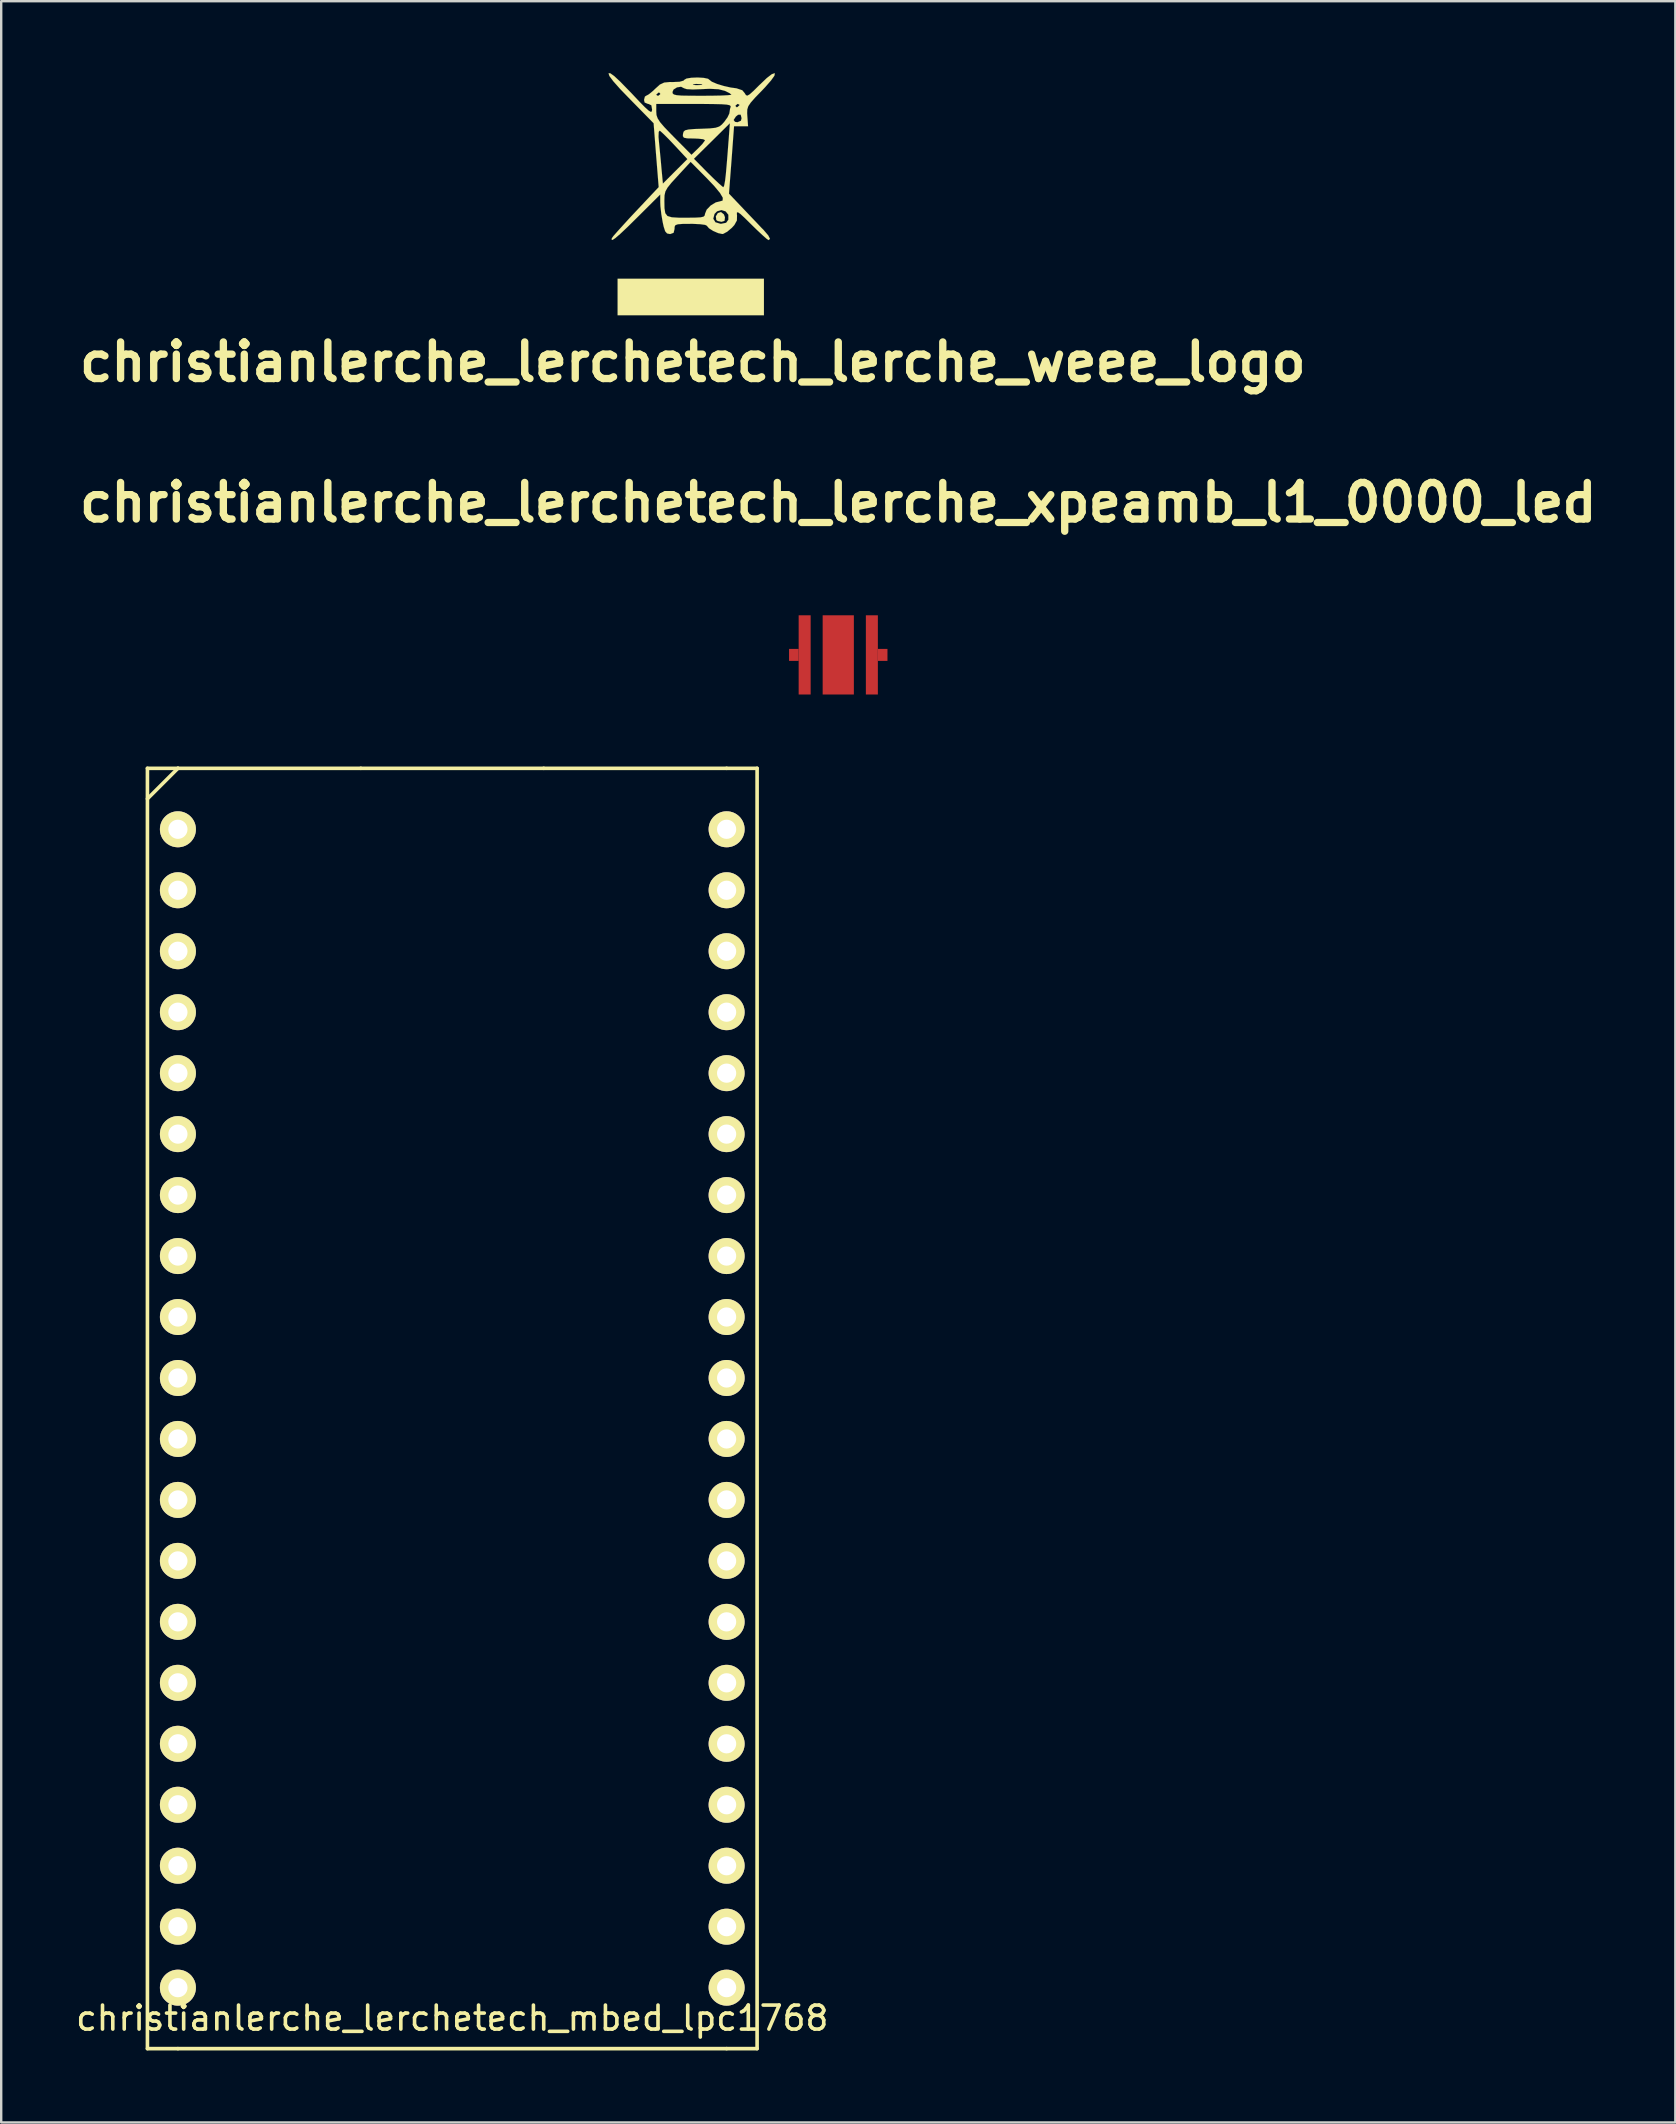
<source format=kicad_pcb>
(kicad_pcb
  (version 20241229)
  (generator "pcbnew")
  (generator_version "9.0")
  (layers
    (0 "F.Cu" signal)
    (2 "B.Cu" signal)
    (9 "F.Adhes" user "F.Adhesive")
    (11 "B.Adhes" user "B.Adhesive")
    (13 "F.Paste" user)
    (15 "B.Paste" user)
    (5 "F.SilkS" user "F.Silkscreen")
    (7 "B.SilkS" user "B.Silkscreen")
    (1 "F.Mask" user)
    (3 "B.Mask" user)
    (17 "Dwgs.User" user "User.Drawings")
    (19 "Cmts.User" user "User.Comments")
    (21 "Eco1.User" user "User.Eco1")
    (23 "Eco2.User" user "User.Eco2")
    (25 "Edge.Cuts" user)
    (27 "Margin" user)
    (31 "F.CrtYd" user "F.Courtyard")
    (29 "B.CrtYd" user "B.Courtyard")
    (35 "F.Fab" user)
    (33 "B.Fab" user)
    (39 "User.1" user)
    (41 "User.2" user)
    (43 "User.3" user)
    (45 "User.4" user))
  (footprint "christianlerche_lerchetech_lerche_weee_logo"
    (layer "F.Cu")
    (at 25.814 5.005)
    (property "Reference" "christianlerche_lerchetech_lerche_weee_logo" (at 0 7.026 0) (layer "F.SilkS") (effects (font (size 1.524 1.524) (thickness 0.305))))
    (attr through_hole)
    (fp_poly (pts (xy 2.962 5.08) (xy -3.134 5.08) (xy -3.134 3.556) (xy 2.962 3.556) (xy 2.962 5.08)) (stroke (width 0.003) (type solid)) (fill yes) (layer "F.SilkS"))
    (fp_poly (pts (xy 1.339 0.996) (xy 1.321 1.146) (xy 1.194 1.186) (xy 1.034 1.151) (xy 0.978 1.11) (xy 0.96 0.958) (xy 1.041 0.823) (xy 1.173 0.78) (xy 1.293 0.876) (xy 1.339 0.996)) (stroke (width 0.003) (type solid)) (fill yes) (layer "F.SilkS"))
    (fp_poly (pts (xy 3.416 -4.999) (xy 3.399 -4.9) (xy 3.259 -4.704) (xy 3.012 -4.422) (xy 2.87 -4.272) (xy 2.591 -3.985) (xy 2.413 -3.782) (xy 2.311 -3.632) (xy 2.268 -3.495) (xy 2.263 -3.338) (xy 2.271 -3.211) (xy 2.301 -2.794) (xy 2.032 -2.794) (xy 2.032 -3.132) (xy 1.994 -3.279) (xy 1.946 -3.279) (xy 1.946 -3.688) (xy 1.88 -3.724) (xy 1.862 -3.724) (xy 1.781 -3.66) (xy 1.778 -3.635) (xy 1.829 -3.584) (xy 1.862 -3.597) (xy 1.943 -3.673) (xy 1.946 -3.688) (xy 1.946 -3.279) (xy 1.885 -3.274) (xy 1.793 -3.2) (xy 1.699 -3.056) (xy 1.758 -2.977) (xy 1.862 -2.962) (xy 2.004 -3.023) (xy 2.032 -3.132) (xy 2.032 -2.794) (xy 2.009 -2.794) (xy 1.717 -2.794) (xy 1.613 -1.389) (xy 1.608 -1.323) (xy 1.608 -4.11) (xy 1.537 -4.171) (xy 1.367 -4.257) (xy 1.331 -4.272) (xy 1.069 -4.338) (xy 0.699 -4.356) (xy 0.399 -4.343) (xy 0.399 -4.536) (xy 0.358 -4.547) (xy 0.137 -4.559) (xy 0.018 -4.544) (xy 0 -4.521) (xy 0.122 -4.508) (xy 0.211 -4.508) (xy 0.373 -4.516) (xy 0.399 -4.536) (xy 0.399 -4.343) (xy 0.368 -4.341) (xy 0.003 -4.328) (xy -0.251 -4.341) (xy -0.368 -4.379) (xy -0.49 -4.442) (xy -0.66 -4.415) (xy -0.803 -4.326) (xy -0.848 -4.224) (xy -0.838 -4.161) (xy -0.787 -4.117) (xy -0.676 -4.089) (xy -0.472 -4.072) (xy -0.155 -4.067) (xy 0.302 -4.064) (xy 0.381 -4.064) (xy 0.813 -4.067) (xy 1.181 -4.074) (xy 1.45 -4.087) (xy 1.593 -4.102) (xy 1.608 -4.11) (xy 1.608 -1.323) (xy 1.577 -0.922) (xy 1.577 -3.637) (xy 1.529 -3.673) (xy 1.41 -3.698) (xy 1.196 -3.713) (xy 0.871 -3.721) (xy 0.409 -3.724) (xy 0.051 -3.724) (xy -1.356 -3.724) (xy -1.356 -4.153) (xy -1.407 -4.204) (xy -1.44 -4.191) (xy -1.521 -4.115) (xy -1.524 -4.102) (xy -1.46 -4.064) (xy -1.44 -4.064) (xy -1.359 -4.128) (xy -1.356 -4.153) (xy -1.356 -3.724) (xy -1.524 -3.724) (xy -1.524 -3.406) (xy -1.514 -3.261) (xy -1.466 -3.124) (xy -1.364 -2.964) (xy -1.186 -2.756) (xy -0.912 -2.471) (xy -0.79 -2.347) (xy -0.056 -1.605) (xy 0.226 -1.877) (xy 0.394 -2.052) (xy 0.493 -2.184) (xy 0.508 -2.217) (xy 0.429 -2.256) (xy 0.231 -2.278) (xy 0.036 -2.286) (xy -0.234 -2.291) (xy -0.371 -2.319) (xy -0.414 -2.383) (xy -0.409 -2.477) (xy -0.384 -2.568) (xy -0.32 -2.626) (xy -0.18 -2.659) (xy 0.066 -2.68) (xy 0.353 -2.69) (xy 0.711 -2.705) (xy 0.945 -2.731) (xy 1.097 -2.781) (xy 1.209 -2.865) (xy 1.306 -2.972) (xy 1.445 -3.165) (xy 1.519 -3.32) (xy 1.524 -3.343) (xy 1.552 -3.523) (xy 1.575 -3.592) (xy 1.577 -3.637) (xy 1.577 -0.922) (xy 1.544 -0.49) (xy 1.544 -2.921) (xy 0.795 -2.179) (xy 0.046 -1.44) (xy 0.632 -0.846) (xy 0.889 -0.594) (xy 1.1 -0.396) (xy 1.237 -0.277) (xy 1.275 -0.254) (xy 1.308 -0.33) (xy 1.346 -0.536) (xy 1.379 -0.826) (xy 1.382 -0.866) (xy 1.417 -1.267) (xy 1.455 -1.737) (xy 1.488 -2.179) (xy 1.491 -2.2) (xy 1.544 -2.921) (xy 1.544 -0.49) (xy 1.506 0.013) (xy 2.083 0.62) (xy 2.367 0.919) (xy 2.644 1.209) (xy 2.865 1.443) (xy 2.939 1.516) (xy 3.142 1.753) (xy 3.216 1.897) (xy 3.155 1.948) (xy 3.073 1.892) (xy 2.901 1.74) (xy 2.662 1.516) (xy 2.449 1.308) (xy 2.167 1.029) (xy 1.984 0.859) (xy 1.88 0.787) (xy 1.836 0.798) (xy 1.836 0.879) (xy 1.841 0.925) (xy 1.836 1.13) (xy 1.73 1.321) (xy 1.623 1.438) (xy 1.481 1.557) (xy 1.481 1.097) (xy 1.481 0.892) (xy 1.369 0.752) (xy 1.25 0.714) (xy 1.25 0.185) (xy 1.133 -0.015) (xy 0.889 -0.31) (xy 0.589 -0.625) (xy -0.091 -1.311) (xy -0.226 -1.166) (xy -0.226 -1.427) (xy -0.762 -2.004) (xy -1.006 -2.261) (xy -1.212 -2.466) (xy -1.349 -2.591) (xy -1.382 -2.614) (xy -1.422 -2.558) (xy -1.43 -2.355) (xy -1.412 -2.149) (xy -1.377 -1.793) (xy -1.336 -1.372) (xy -1.306 -1.029) (xy -1.247 -0.406) (xy -0.737 -0.917) (xy -0.226 -1.427) (xy -0.226 -1.166) (xy -0.638 -0.719) (xy -0.894 -0.439) (xy -1.054 -0.239) (xy -1.143 -0.079) (xy -1.179 0.081) (xy -1.186 0.287) (xy -1.186 0.31) (xy -1.181 0.622) (xy -1.148 0.826) (xy -1.057 0.945) (xy -0.876 0.998) (xy -0.574 1.016) (xy -0.29 1.016) (xy 0.084 1.013) (xy 0.318 1.001) (xy 0.445 0.973) (xy 0.498 0.919) (xy 0.508 0.853) (xy 0.577 0.681) (xy 0.747 0.505) (xy 0.96 0.376) (xy 1.11 0.34) (xy 1.242 0.302) (xy 1.25 0.185) (xy 1.25 0.714) (xy 1.194 0.696) (xy 1.011 0.747) (xy 0.904 0.856) (xy 0.851 1.057) (xy 0.942 1.206) (xy 1.156 1.27) (xy 1.176 1.27) (xy 1.387 1.227) (xy 1.481 1.097) (xy 1.481 1.557) (xy 1.433 1.598) (xy 1.267 1.687) (xy 1.229 1.694) (xy 1.054 1.656) (xy 0.846 1.565) (xy 0.673 1.455) (xy 0.592 1.359) (xy 0.592 1.354) (xy 0.513 1.313) (xy 0.302 1.285) (xy -0.005 1.27) (xy -0.086 1.27) (xy -0.422 1.273) (xy -0.622 1.288) (xy -0.724 1.323) (xy -0.759 1.392) (xy -0.762 1.483) (xy -0.8 1.643) (xy -0.937 1.694) (xy -0.958 1.694) (xy -1.072 1.671) (xy -1.151 1.582) (xy -1.214 1.387) (xy -1.255 1.201) (xy -1.313 0.864) (xy -1.349 0.536) (xy -1.356 0.378) (xy -1.356 0.046) (xy -2.309 0.996) (xy -2.72 1.402) (xy -3.025 1.689) (xy -3.231 1.867) (xy -3.348 1.943) (xy -3.386 1.923) (xy -3.373 1.867) (xy -3.31 1.781) (xy -3.147 1.595) (xy -2.908 1.331) (xy -2.614 1.008) (xy -2.385 0.765) (xy -1.422 -0.259) (xy -1.529 -1.59) (xy -1.633 -2.921) (xy -2.603 -3.909) (xy -3.023 -4.343) (xy -3.312 -4.669) (xy -3.475 -4.887) (xy -3.51 -4.999) (xy -3.51 -5.004) (xy -3.437 -5.001) (xy -3.277 -4.887) (xy -3.025 -4.653) (xy -2.677 -4.295) (xy -2.57 -4.186) (xy -2.238 -3.833) (xy -2.002 -3.592) (xy -1.844 -3.449) (xy -1.753 -3.393) (xy -1.709 -3.409) (xy -1.697 -3.485) (xy -1.697 -3.493) (xy -1.727 -3.668) (xy -1.841 -3.724) (xy -1.864 -3.724) (xy -2.007 -3.785) (xy -2.032 -3.894) (xy -1.996 -4.031) (xy -1.946 -4.064) (xy -1.839 -4.12) (xy -1.666 -4.26) (xy -1.567 -4.356) (xy -1.372 -4.531) (xy -1.194 -4.615) (xy -0.958 -4.638) (xy -0.833 -4.636) (xy -0.549 -4.648) (xy -0.384 -4.696) (xy -0.358 -4.727) (xy -0.262 -4.783) (xy -0.056 -4.816) (xy 0.201 -4.826) (xy 0.452 -4.811) (xy 0.635 -4.773) (xy 0.693 -4.727) (xy 0.792 -4.651) (xy 1.006 -4.559) (xy 1.288 -4.473) (xy 1.582 -4.407) (xy 1.816 -4.376) (xy 2.06 -4.295) (xy 2.162 -4.173) (xy 2.212 -4.092) (xy 2.271 -4.069) (xy 2.37 -4.125) (xy 2.532 -4.27) (xy 2.784 -4.521) (xy 2.797 -4.531) (xy 3.081 -4.803) (xy 3.289 -4.963) (xy 3.406 -5.004) (xy 3.416 -4.999)) (stroke (width 0.003) (type solid)) (fill yes) (layer "F.SilkS")))
  (footprint "christianlerche_lerchetech_mbed_lpc1768"
    (layer "F.Cu")
    (at 15.792 55.629)
    (property "Reference" "christianlerche_lerchetech_mbed_lpc1768" (at 0 25.4 0) (layer "F.SilkS") (effects (font (size 1 1) (thickness 0.15))))
    (attr through_hole)
    (fp_line (start -12.7 -26.67) (end -12.7 26.67) (stroke (width 0.15) (type solid)) (layer "F.SilkS"))
    (fp_line (start -12.7 -25.4) (end -11.43 -26.67) (stroke (width 0.15) (type solid)) (layer "F.SilkS"))
    (fp_line (start -12.7 26.67) (end -11.43 26.67) (stroke (width 0.15) (type solid)) (layer "F.SilkS"))
    (fp_line (start -11.43 -26.67) (end -12.7 -26.67) (stroke (width 0.15) (type solid)) (layer "F.SilkS"))
    (fp_line (start -11.43 -26.67) (end -3.81 -26.67) (stroke (width 0.15) (type solid)) (layer "F.SilkS"))
    (fp_line (start -11.43 26.67) (end 11.43 26.67) (stroke (width 0.15) (type solid)) (layer "F.SilkS"))
    (fp_line (start -3.81 -26.67) (end 3.81 -26.67) (stroke (width 0.15) (type solid)) (layer "F.SilkS"))
    (fp_line (start 3.81 -26.67) (end 11.43 -26.67) (stroke (width 0.15) (type solid)) (layer "F.SilkS"))
    (fp_line (start 11.43 26.67) (end 12.7 26.67) (stroke (width 0.15) (type solid)) (layer "F.SilkS"))
    (fp_line (start 12.7 -26.67) (end 11.43 -26.67) (stroke (width 0.15) (type solid)) (layer "F.SilkS"))
    (fp_line (start 12.7 26.67) (end 12.7 -26.67) (stroke (width 0.15) (type solid)) (layer "F.SilkS"))
    (pad "1" thru_hole circle (at -11.43 -24.13) (size 1.5 1.5) (drill 0.8) (layers "*.Cu" "*.Mask" "F.SilkS"))
    (pad "2" thru_hole circle (at -11.43 -21.59) (size 1.5 1.5) (drill 0.8) (layers "*.Cu" "*.Mask" "F.SilkS"))
    (pad "3" thru_hole circle (at -11.43 -19.05) (size 1.5 1.5) (drill 0.8) (layers "*.Cu" "*.Mask" "F.SilkS"))
    (pad "4" thru_hole circle (at -11.43 -16.51) (size 1.5 1.5) (drill 0.8) (layers "*.Cu" "*.Mask" "F.SilkS"))
    (pad "5" thru_hole circle (at -11.43 -13.97) (size 1.5 1.5) (drill 0.8) (layers "*.Cu" "*.Mask" "F.SilkS"))
    (pad "6" thru_hole circle (at -11.43 -11.43) (size 1.5 1.5) (drill 0.8) (layers "*.Cu" "*.Mask" "F.SilkS"))
    (pad "7" thru_hole circle (at -11.43 -8.89) (size 1.5 1.5) (drill 0.8) (layers "*.Cu" "*.Mask" "F.SilkS"))
    (pad "8" thru_hole circle (at -11.43 -6.35) (size 1.5 1.5) (drill 0.8) (layers "*.Cu" "*.Mask" "F.SilkS"))
    (pad "9" thru_hole circle (at -11.43 -3.81) (size 1.5 1.5) (drill 0.8) (layers "*.Cu" "*.Mask" "F.SilkS"))
    (pad "10" thru_hole circle (at -11.43 -1.27) (size 1.5 1.5) (drill 0.8) (layers "*.Cu" "*.Mask" "F.SilkS"))
    (pad "11" thru_hole circle (at -11.43 1.27) (size 1.5 1.5) (drill 0.8) (layers "*.Cu" "*.Mask" "F.SilkS"))
    (pad "12" thru_hole circle (at -11.43 3.81) (size 1.5 1.5) (drill 0.8) (layers "*.Cu" "*.Mask" "F.SilkS"))
    (pad "13" thru_hole circle (at -11.43 6.35) (size 1.5 1.5) (drill 0.8) (layers "*.Cu" "*.Mask" "F.SilkS"))
    (pad "14" thru_hole circle (at -11.43 8.89) (size 1.5 1.5) (drill 0.8) (layers "*.Cu" "*.Mask" "F.SilkS"))
    (pad "15" thru_hole circle (at -11.43 11.43) (size 1.5 1.5) (drill 0.8) (layers "*.Cu" "*.Mask" "F.SilkS"))
    (pad "16" thru_hole circle (at -11.43 13.97) (size 1.5 1.5) (drill 0.8) (layers "*.Cu" "*.Mask" "F.SilkS"))
    (pad "17" thru_hole circle (at -11.43 16.51) (size 1.5 1.5) (drill 0.8) (layers "*.Cu" "*.Mask" "F.SilkS"))
    (pad "18" thru_hole circle (at -11.43 19.05) (size 1.5 1.5) (drill 0.8) (layers "*.Cu" "*.Mask" "F.SilkS"))
    (pad "19" thru_hole circle (at -11.43 21.59) (size 1.5 1.5) (drill 0.8) (layers "*.Cu" "*.Mask" "F.SilkS"))
    (pad "20" thru_hole circle (at -11.43 24.13) (size 1.5 1.5) (drill 0.8) (layers "*.Cu" "*.Mask" "F.SilkS"))
    (pad "21" thru_hole circle (at 11.43 24.13) (size 1.5 1.5) (drill 0.8) (layers "*.Cu" "*.Mask" "F.SilkS"))
    (pad "22" thru_hole circle (at 11.43 21.59) (size 1.5 1.5) (drill 0.8) (layers "*.Cu" "*.Mask" "F.SilkS"))
    (pad "23" thru_hole circle (at 11.43 19.05) (size 1.5 1.5) (drill 0.8) (layers "*.Cu" "*.Mask" "F.SilkS"))
    (pad "24" thru_hole circle (at 11.43 16.51) (size 1.5 1.5) (drill 0.8) (layers "*.Cu" "*.Mask" "F.SilkS"))
    (pad "25" thru_hole circle (at 11.43 13.97) (size 1.5 1.5) (drill 0.8) (layers "*.Cu" "*.Mask" "F.SilkS"))
    (pad "26" thru_hole circle (at 11.43 11.43) (size 1.5 1.5) (drill 0.8) (layers "*.Cu" "*.Mask" "F.SilkS"))
    (pad "27" thru_hole circle (at 11.43 8.89) (size 1.5 1.5) (drill 0.8) (layers "*.Cu" "*.Mask" "F.SilkS"))
    (pad "28" thru_hole circle (at 11.43 6.35) (size 1.5 1.5) (drill 0.8) (layers "*.Cu" "*.Mask" "F.SilkS"))
    (pad "29" thru_hole circle (at 11.43 3.81) (size 1.5 1.5) (drill 0.8) (layers "*.Cu" "*.Mask" "F.SilkS"))
    (pad "30" thru_hole circle (at 11.43 1.27) (size 1.5 1.5) (drill 0.8) (layers "*.Cu" "*.Mask" "F.SilkS"))
    (pad "31" thru_hole circle (at 11.43 -1.27) (size 1.5 1.5) (drill 0.8) (layers "*.Cu" "*.Mask" "F.SilkS"))
    (pad "32" thru_hole circle (at 11.43 -3.81) (size 1.5 1.5) (drill 0.8) (layers "*.Cu" "*.Mask" "F.SilkS"))
    (pad "33" thru_hole circle (at 11.43 -6.35) (size 1.5 1.5) (drill 0.8) (layers "*.Cu" "*.Mask" "F.SilkS"))
    (pad "34" thru_hole circle (at 11.43 -8.89) (size 1.5 1.5) (drill 0.8) (layers "*.Cu" "*.Mask" "F.SilkS"))
    (pad "35" thru_hole circle (at 11.43 -11.43) (size 1.5 1.5) (drill 0.8) (layers "*.Cu" "*.Mask" "F.SilkS"))
    (pad "36" thru_hole circle (at 11.43 -13.97) (size 1.5 1.5) (drill 0.8) (layers "*.Cu" "*.Mask" "F.SilkS"))
    (pad "37" thru_hole circle (at 11.43 -16.51) (size 1.5 1.5) (drill 0.8) (layers "*.Cu" "*.Mask" "F.SilkS"))
    (pad "38" thru_hole circle (at 11.43 -19.05) (size 1.5 1.5) (drill 0.8) (layers "*.Cu" "*.Mask" "F.SilkS"))
    (pad "39" thru_hole circle (at 11.43 -21.59) (size 1.5 1.5) (drill 0.8) (layers "*.Cu" "*.Mask" "F.SilkS"))
    (pad "40" thru_hole circle (at 11.43 -24.13) (size 1.5 1.5) (drill 0.8) (layers "*.Cu" "*.Mask" "F.SilkS")))
  (footprint "christianlerche_lerchetech_lerche_xpeamb_l1_0000_led"
    (layer "F.Cu")
    (at 31.873 24.234)
    (property "Reference" "christianlerche_lerchetech_lerche_xpeamb_l1_0000_led" (at 0 -6.35 0) (layer "F.SilkS") (effects (font (size 1.524 1.524) (thickness 0.305))))
    (attr through_hole)
    (pad "1" smd rect (at -1.85 0) (size 0.4 0.5) (layers "F.Cu" "F.Mask" "F.Paste"))
    (pad "1" smd rect (at -1.4 0) (size 0.5 3.3) (layers "F.Cu" "F.Mask" "F.Paste"))
    (pad "2" smd rect (at 0 0) (size 1.3 3.3) (layers "F.Cu" "F.Mask" "F.Paste"))
    (pad "3" smd rect (at 1.4 0) (size 0.5 3.3) (layers "F.Cu" "F.Mask" "F.Paste"))
    (pad "3" smd rect (at 1.85 0) (size 0.4 0.5) (layers "F.Cu" "F.Mask" "F.Paste")))
  (gr_rect
    (start -3 -3)
    (end 66.747 85.374)
    (stroke (width 0.1) (type default))
    (fill no)
    (layer "Edge.Cuts")))
</source>
